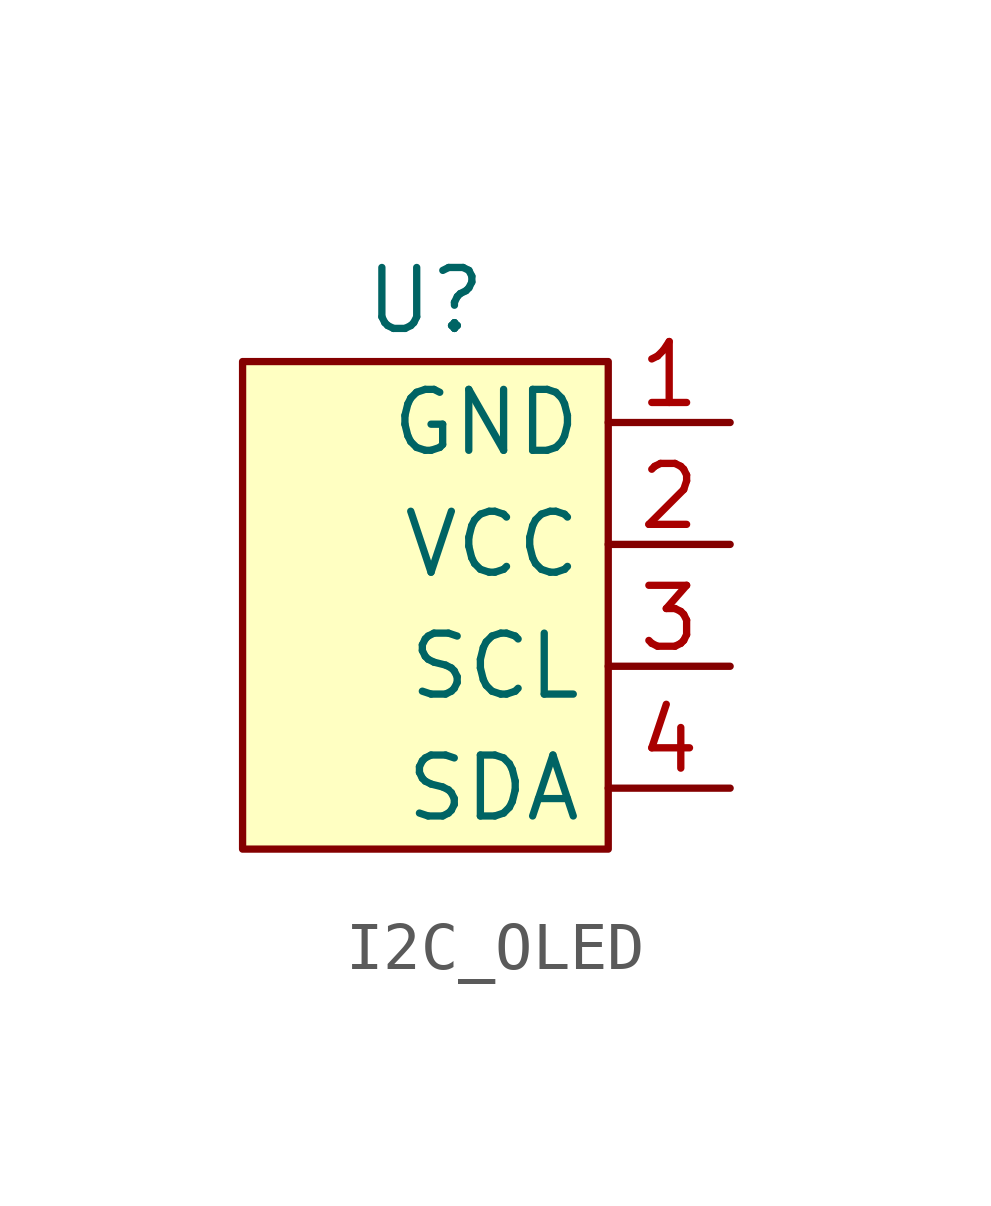
<source format=kicad_sym>
(kicad_symbol_lib
  (version 20220914)
  (generator kicad_symbol_editor)
  (symbol "I2C_OLED"
    (property "Reference" "U"
      (at 0 2.54 0)
      (effects (font (size 1.27 1.27))))
    (property "Value" ""
      (at 0 0 0)
      (effects (font (size 1.27 1.27))))
    (symbol "I2C_OLED_1_1"
      (rectangle (start -3.81 1.27) (end 3.81 -8.89) (stroke (width 0) (type default)) (fill (type background)))
      (pin power_in line (at 6.35 0 180) (length 2.54) (name "GND" (effects (font (size 1.27 1.27)))) (number "1" (effects (font (size 1.27 1.27)))))
      (pin power_in line (at 6.35 -2.54 180) (length 2.54) (name "VCC" (effects (font (size 1.27 1.27)))) (number "2" (effects (font (size 1.27 1.27)))))
      (pin input line (at 6.35 -5.08 180) (length 2.54) (name "SCL" (effects (font (size 1.27 1.27)))) (number "3" (effects (font (size 1.27 1.27)))))
      (pin bidirectional line (at 6.35 -7.62 180) (length 2.54) (name "SDA" (effects (font (size 1.27 1.27)))) (number "4" (effects (font (size 1.27 1.27))))))))
</source>
